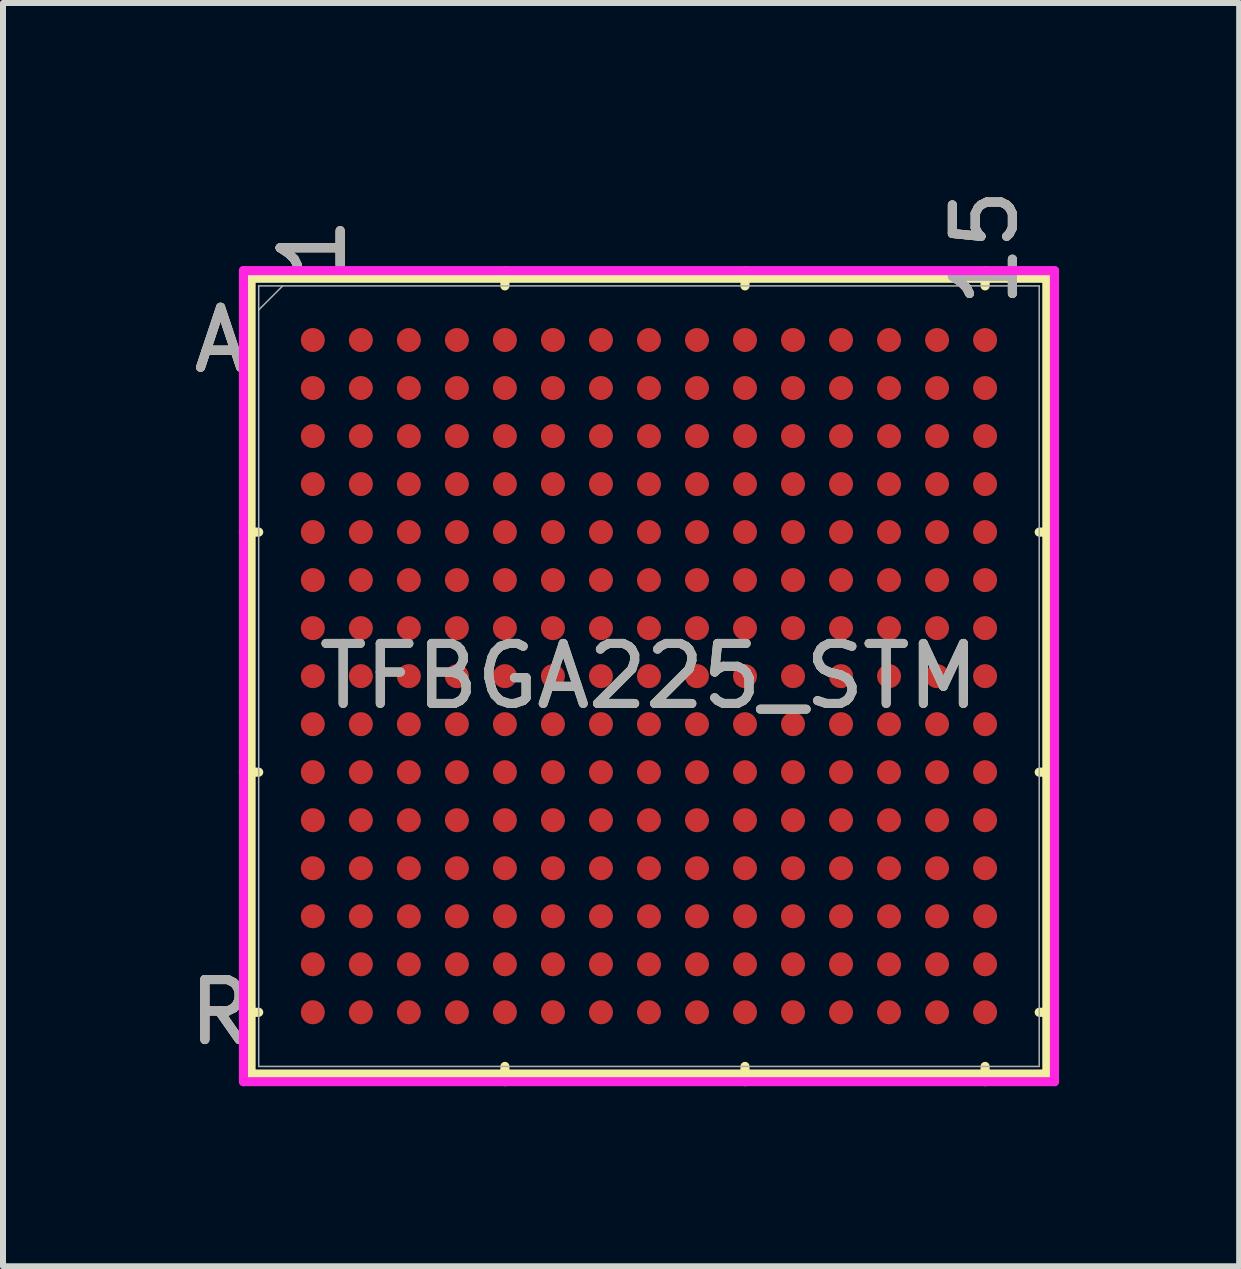
<source format=kicad_pcb>
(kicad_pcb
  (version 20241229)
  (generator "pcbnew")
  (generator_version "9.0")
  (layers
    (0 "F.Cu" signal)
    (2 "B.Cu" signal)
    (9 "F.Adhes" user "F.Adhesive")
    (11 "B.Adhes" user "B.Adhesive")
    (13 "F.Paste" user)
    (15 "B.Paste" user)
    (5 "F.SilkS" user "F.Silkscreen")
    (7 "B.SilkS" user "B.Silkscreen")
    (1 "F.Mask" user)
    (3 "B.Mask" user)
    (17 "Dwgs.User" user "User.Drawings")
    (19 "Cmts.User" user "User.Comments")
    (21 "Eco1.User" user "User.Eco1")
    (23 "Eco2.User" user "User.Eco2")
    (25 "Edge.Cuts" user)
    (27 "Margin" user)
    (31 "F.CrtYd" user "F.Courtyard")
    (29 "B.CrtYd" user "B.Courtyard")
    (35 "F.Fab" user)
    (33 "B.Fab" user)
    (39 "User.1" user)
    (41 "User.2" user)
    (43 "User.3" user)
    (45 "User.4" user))
  (footprint "TFBGA225_STM"
    (layer "F.Cu")
    (at 7.762 8.215)
    (property "Reference" "TFBGA225_STM" (at 0 0 0) (unlocked yes) (layer "F.SilkS") (effects (font (size 1 1) (thickness 0.15))))
    (attr smd)
    (fp_line (start -6.629 -6.629) (end -6.629 6.629) (stroke (width 0.152) (type solid)) (layer "F.SilkS"))
    (fp_line (start -6.629 6.629) (end 6.629 6.629) (stroke (width 0.152) (type solid)) (layer "F.SilkS"))
    (fp_line (start -6.502 -2.4) (end -6.756 -2.4) (stroke (width 0.152) (type solid)) (layer "F.SilkS"))
    (fp_line (start -6.502 1.6) (end -6.756 1.6) (stroke (width 0.152) (type solid)) (layer "F.SilkS"))
    (fp_line (start -6.502 5.6) (end -6.756 5.6) (stroke (width 0.152) (type solid)) (layer "F.SilkS"))
    (fp_line (start -2.4 -6.502) (end -2.4 -6.756) (stroke (width 0.152) (type solid)) (layer "F.SilkS"))
    (fp_line (start -2.4 6.502) (end -2.4 6.756) (stroke (width 0.152) (type solid)) (layer "F.SilkS"))
    (fp_line (start 1.6 -6.502) (end 1.6 -6.756) (stroke (width 0.152) (type solid)) (layer "F.SilkS"))
    (fp_line (start 1.6 6.502) (end 1.6 6.756) (stroke (width 0.152) (type solid)) (layer "F.SilkS"))
    (fp_line (start 5.6 -6.502) (end 5.6 -6.756) (stroke (width 0.152) (type solid)) (layer "F.SilkS"))
    (fp_line (start 5.6 6.502) (end 5.6 6.756) (stroke (width 0.152) (type solid)) (layer "F.SilkS"))
    (fp_line (start 6.502 -2.4) (end 6.756 -2.4) (stroke (width 0.152) (type solid)) (layer "F.SilkS"))
    (fp_line (start 6.502 1.6) (end 6.756 1.6) (stroke (width 0.152) (type solid)) (layer "F.SilkS"))
    (fp_line (start 6.502 5.6) (end 6.756 5.6) (stroke (width 0.152) (type solid)) (layer "F.SilkS"))
    (fp_line (start 6.629 -6.629) (end -6.629 -6.629) (stroke (width 0.152) (type solid)) (layer "F.SilkS"))
    (fp_line (start 6.629 6.629) (end 6.629 -6.629) (stroke (width 0.152) (type solid)) (layer "F.SilkS"))
    (fp_poly (pts (xy -6.444 -6.444) (xy 6.444 -6.444) (xy 6.444 6.444) (xy -6.444 6.444)) (stroke (width 0.1) (type solid)) (fill no) (layer "Eco2.User"))
    (fp_line (start -6.756 -6.756) (end 6.756 -6.756) (stroke (width 0.152) (type solid)) (layer "F.CrtYd"))
    (fp_line (start -6.756 6.756) (end -6.756 -6.756) (stroke (width 0.152) (type solid)) (layer "F.CrtYd"))
    (fp_line (start 6.756 -6.756) (end 6.756 6.756) (stroke (width 0.152) (type solid)) (layer "F.CrtYd"))
    (fp_line (start 6.756 6.756) (end -6.756 6.756) (stroke (width 0.152) (type solid)) (layer "F.CrtYd"))
    (fp_line (start -6.502 -6.502) (end -6.502 6.502) (stroke (width 0.025) (type solid)) (layer "F.Fab"))
    (fp_line (start -6.502 6.502) (end 6.502 6.502) (stroke (width 0.025) (type solid)) (layer "F.Fab"))
    (fp_line (start -6.102 -6.502) (end -6.502 -6.102) (stroke (width 0.025) (type solid)) (layer "F.Fab"))
    (fp_line (start 6.502 -6.502) (end -6.502 -6.502) (stroke (width 0.025) (type solid)) (layer "F.Fab"))
    (fp_line (start 6.502 6.502) (end 6.502 -6.502) (stroke (width 0.025) (type solid)) (layer "F.Fab"))
    (fp_text user "A" (at -7.137 -5.6 0) (unlocked yes) (layer "F.SilkS") (effects (font (size 1 1) (thickness 0.15))))
    (fp_text user "15" (at 5.6 -7.137 90) (unlocked yes) (layer "F.SilkS") (effects (font (size 1 1) (thickness 0.15))))
    (fp_text user "R" (at -7.137 5.6 0) (unlocked yes) (layer "F.SilkS") (effects (font (size 1 1) (thickness 0.15))))
    (fp_text user "1" (at -5.6 -7.137 90) (unlocked yes) (layer "F.SilkS") (effects (font (size 1 1) (thickness 0.15))))
    (fp_text user "R" (at -7.137 5.6 0) (unlocked yes) (layer "B.SilkS") (effects (font (size 1 1) (thickness 0.15))))
    (fp_text user "A" (at -7.137 -5.6 0) (unlocked yes) (layer "B.SilkS") (effects (font (size 1 1) (thickness 0.15))))
    (fp_text user "15" (at 5.6 -7.137 90) (unlocked yes) (layer "B.SilkS") (effects (font (size 1 1) (thickness 0.15))))
    (fp_text user "1" (at -5.6 -7.137 90) (unlocked yes) (layer "B.SilkS") (effects (font (size 1 1) (thickness 0.15))))
    (fp_text user "15" (at 5.6 -7.137 90) (unlocked yes) (layer "F.Fab") (effects (font (size 1 1) (thickness 0.15))))
    (fp_text user "A" (at -7.137 -5.6 0) (unlocked yes) (layer "F.Fab") (effects (font (size 1 1) (thickness 0.15))))
    (fp_text user "1" (at -5.6 -7.137 90) (unlocked yes) (layer "F.Fab") (effects (font (size 1 1) (thickness 0.15))))
    (fp_text user "R" (at -7.137 5.6 0) (unlocked yes) (layer "F.Fab") (effects (font (size 1 1) (thickness 0.15))))
    (fp_text user "${REFERENCE}" (at 0 0 0) (unlocked yes) (layer "F.Fab") (effects (font (size 1 1) (thickness 0.15))))
    (pad "A1" smd circle (at -5.6 -5.6) (size 0.4 0.4) (property pad_prop_bga) (layers "F.Cu" "F.Mask" "F.Paste"))
    (pad "A2" smd circle (at -4.8 -5.6) (size 0.4 0.4) (layers "F.Cu" "F.Mask" "F.Paste"))
    (pad "A3" smd circle (at -4 -5.6) (size 0.4 0.4) (layers "F.Cu" "F.Mask" "F.Paste"))
    (pad "A4" smd circle (at -3.2 -5.6) (size 0.4 0.4) (layers "F.Cu" "F.Mask" "F.Paste"))
    (pad "A5" smd circle (at -2.4 -5.6) (size 0.4 0.4) (layers "F.Cu" "F.Mask" "F.Paste"))
    (pad "A6" smd circle (at -1.6 -5.6) (size 0.4 0.4) (layers "F.Cu" "F.Mask" "F.Paste"))
    (pad "A7" smd circle (at -0.8 -5.6) (size 0.4 0.4) (layers "F.Cu" "F.Mask" "F.Paste"))
    (pad "A8" smd circle (at 0 -5.6) (size 0.4 0.4) (layers "F.Cu" "F.Mask" "F.Paste"))
    (pad "A9" smd circle (at 0.8 -5.6) (size 0.4 0.4) (layers "F.Cu" "F.Mask" "F.Paste"))
    (pad "A10" smd circle (at 1.6 -5.6) (size 0.4 0.4) (layers "F.Cu" "F.Mask" "F.Paste"))
    (pad "A11" smd circle (at 2.4 -5.6) (size 0.4 0.4) (layers "F.Cu" "F.Mask" "F.Paste"))
    (pad "A12" smd circle (at 3.2 -5.6) (size 0.4 0.4) (layers "F.Cu" "F.Mask" "F.Paste"))
    (pad "A13" smd circle (at 4 -5.6) (size 0.4 0.4) (layers "F.Cu" "F.Mask" "F.Paste"))
    (pad "A14" smd circle (at 4.8 -5.6) (size 0.4 0.4) (layers "F.Cu" "F.Mask" "F.Paste"))
    (pad "A15" smd circle (at 5.6 -5.6) (size 0.4 0.4) (layers "F.Cu" "F.Mask" "F.Paste"))
    (pad "B1" smd circle (at -5.6 -4.8) (size 0.4 0.4) (layers "F.Cu" "F.Mask" "F.Paste"))
    (pad "B2" smd circle (at -4.8 -4.8) (size 0.4 0.4) (layers "F.Cu" "F.Mask" "F.Paste"))
    (pad "B3" smd circle (at -4 -4.8) (size 0.4 0.4) (layers "F.Cu" "F.Mask" "F.Paste"))
    (pad "B4" smd circle (at -3.2 -4.8) (size 0.4 0.4) (layers "F.Cu" "F.Mask" "F.Paste"))
    (pad "B5" smd circle (at -2.4 -4.8) (size 0.4 0.4) (layers "F.Cu" "F.Mask" "F.Paste"))
    (pad "B6" smd circle (at -1.6 -4.8) (size 0.4 0.4) (layers "F.Cu" "F.Mask" "F.Paste"))
    (pad "B7" smd circle (at -0.8 -4.8) (size 0.4 0.4) (layers "F.Cu" "F.Mask" "F.Paste"))
    (pad "B8" smd circle (at 0 -4.8) (size 0.4 0.4) (layers "F.Cu" "F.Mask" "F.Paste"))
    (pad "B9" smd circle (at 0.8 -4.8) (size 0.4 0.4) (layers "F.Cu" "F.Mask" "F.Paste"))
    (pad "B10" smd circle (at 1.6 -4.8) (size 0.4 0.4) (layers "F.Cu" "F.Mask" "F.Paste"))
    (pad "B11" smd circle (at 2.4 -4.8) (size 0.4 0.4) (layers "F.Cu" "F.Mask" "F.Paste"))
    (pad "B12" smd circle (at 3.2 -4.8) (size 0.4 0.4) (layers "F.Cu" "F.Mask" "F.Paste"))
    (pad "B13" smd circle (at 4 -4.8) (size 0.4 0.4) (layers "F.Cu" "F.Mask" "F.Paste"))
    (pad "B14" smd circle (at 4.8 -4.8) (size 0.4 0.4) (layers "F.Cu" "F.Mask" "F.Paste"))
    (pad "B15" smd circle (at 5.6 -4.8) (size 0.4 0.4) (layers "F.Cu" "F.Mask" "F.Paste"))
    (pad "C1" smd circle (at -5.6 -4) (size 0.4 0.4) (layers "F.Cu" "F.Mask" "F.Paste"))
    (pad "C2" smd circle (at -4.8 -4) (size 0.4 0.4) (layers "F.Cu" "F.Mask" "F.Paste"))
    (pad "C3" smd circle (at -4 -4) (size 0.4 0.4) (layers "F.Cu" "F.Mask" "F.Paste"))
    (pad "C4" smd circle (at -3.2 -4) (size 0.4 0.4) (layers "F.Cu" "F.Mask" "F.Paste"))
    (pad "C5" smd circle (at -2.4 -4) (size 0.4 0.4) (layers "F.Cu" "F.Mask" "F.Paste"))
    (pad "C6" smd circle (at -1.6 -4) (size 0.4 0.4) (layers "F.Cu" "F.Mask" "F.Paste"))
    (pad "C7" smd circle (at -0.8 -4) (size 0.4 0.4) (layers "F.Cu" "F.Mask" "F.Paste"))
    (pad "C8" smd circle (at 0 -4) (size 0.4 0.4) (layers "F.Cu" "F.Mask" "F.Paste"))
    (pad "C9" smd circle (at 0.8 -4) (size 0.4 0.4) (layers "F.Cu" "F.Mask" "F.Paste"))
    (pad "C10" smd circle (at 1.6 -4) (size 0.4 0.4) (layers "F.Cu" "F.Mask" "F.Paste"))
    (pad "C11" smd circle (at 2.4 -4) (size 0.4 0.4) (layers "F.Cu" "F.Mask" "F.Paste"))
    (pad "C12" smd circle (at 3.2 -4) (size 0.4 0.4) (layers "F.Cu" "F.Mask" "F.Paste"))
    (pad "C13" smd circle (at 4 -4) (size 0.4 0.4) (layers "F.Cu" "F.Mask" "F.Paste"))
    (pad "C14" smd circle (at 4.8 -4) (size 0.4 0.4) (layers "F.Cu" "F.Mask" "F.Paste"))
    (pad "C15" smd circle (at 5.6 -4) (size 0.4 0.4) (layers "F.Cu" "F.Mask" "F.Paste"))
    (pad "D1" smd circle (at -5.6 -3.2) (size 0.4 0.4) (layers "F.Cu" "F.Mask" "F.Paste"))
    (pad "D2" smd circle (at -4.8 -3.2) (size 0.4 0.4) (layers "F.Cu" "F.Mask" "F.Paste"))
    (pad "D3" smd circle (at -4 -3.2) (size 0.4 0.4) (layers "F.Cu" "F.Mask" "F.Paste"))
    (pad "D4" smd circle (at -3.2 -3.2) (size 0.4 0.4) (layers "F.Cu" "F.Mask" "F.Paste"))
    (pad "D5" smd circle (at -2.4 -3.2) (size 0.4 0.4) (layers "F.Cu" "F.Mask" "F.Paste"))
    (pad "D6" smd circle (at -1.6 -3.2) (size 0.4 0.4) (layers "F.Cu" "F.Mask" "F.Paste"))
    (pad "D7" smd circle (at -0.8 -3.2) (size 0.4 0.4) (layers "F.Cu" "F.Mask" "F.Paste"))
    (pad "D8" smd circle (at 0 -3.2) (size 0.4 0.4) (layers "F.Cu" "F.Mask" "F.Paste"))
    (pad "D9" smd circle (at 0.8 -3.2) (size 0.4 0.4) (layers "F.Cu" "F.Mask" "F.Paste"))
    (pad "D10" smd circle (at 1.6 -3.2) (size 0.4 0.4) (layers "F.Cu" "F.Mask" "F.Paste"))
    (pad "D11" smd circle (at 2.4 -3.2) (size 0.4 0.4) (layers "F.Cu" "F.Mask" "F.Paste"))
    (pad "D12" smd circle (at 3.2 -3.2) (size 0.4 0.4) (layers "F.Cu" "F.Mask" "F.Paste"))
    (pad "D13" smd circle (at 4 -3.2) (size 0.4 0.4) (layers "F.Cu" "F.Mask" "F.Paste"))
    (pad "D14" smd circle (at 4.8 -3.2) (size 0.4 0.4) (layers "F.Cu" "F.Mask" "F.Paste"))
    (pad "D15" smd circle (at 5.6 -3.2) (size 0.4 0.4) (layers "F.Cu" "F.Mask" "F.Paste"))
    (pad "E1" smd circle (at -5.6 -2.4) (size 0.4 0.4) (layers "F.Cu" "F.Mask" "F.Paste"))
    (pad "E2" smd circle (at -4.8 -2.4) (size 0.4 0.4) (layers "F.Cu" "F.Mask" "F.Paste"))
    (pad "E3" smd circle (at -4 -2.4) (size 0.4 0.4) (layers "F.Cu" "F.Mask" "F.Paste"))
    (pad "E4" smd circle (at -3.2 -2.4) (size 0.4 0.4) (layers "F.Cu" "F.Mask" "F.Paste"))
    (pad "E5" smd circle (at -2.4 -2.4) (size 0.4 0.4) (layers "F.Cu" "F.Mask" "F.Paste"))
    (pad "E6" smd circle (at -1.6 -2.4) (size 0.4 0.4) (layers "F.Cu" "F.Mask" "F.Paste"))
    (pad "E7" smd circle (at -0.8 -2.4) (size 0.4 0.4) (layers "F.Cu" "F.Mask" "F.Paste"))
    (pad "E8" smd circle (at 0 -2.4) (size 0.4 0.4) (layers "F.Cu" "F.Mask" "F.Paste"))
    (pad "E9" smd circle (at 0.8 -2.4) (size 0.4 0.4) (layers "F.Cu" "F.Mask" "F.Paste"))
    (pad "E10" smd circle (at 1.6 -2.4) (size 0.4 0.4) (layers "F.Cu" "F.Mask" "F.Paste"))
    (pad "E11" smd circle (at 2.4 -2.4) (size 0.4 0.4) (layers "F.Cu" "F.Mask" "F.Paste"))
    (pad "E12" smd circle (at 3.2 -2.4) (size 0.4 0.4) (layers "F.Cu" "F.Mask" "F.Paste"))
    (pad "E13" smd circle (at 4 -2.4) (size 0.4 0.4) (layers "F.Cu" "F.Mask" "F.Paste"))
    (pad "E14" smd circle (at 4.8 -2.4) (size 0.4 0.4) (layers "F.Cu" "F.Mask" "F.Paste"))
    (pad "E15" smd circle (at 5.6 -2.4) (size 0.4 0.4) (layers "F.Cu" "F.Mask" "F.Paste"))
    (pad "F1" smd circle (at -5.6 -1.6) (size 0.4 0.4) (layers "F.Cu" "F.Mask" "F.Paste"))
    (pad "F2" smd circle (at -4.8 -1.6) (size 0.4 0.4) (layers "F.Cu" "F.Mask" "F.Paste"))
    (pad "F3" smd circle (at -4 -1.6) (size 0.4 0.4) (layers "F.Cu" "F.Mask" "F.Paste"))
    (pad "F4" smd circle (at -3.2 -1.6) (size 0.4 0.4) (layers "F.Cu" "F.Mask" "F.Paste"))
    (pad "F5" smd circle (at -2.4 -1.6) (size 0.4 0.4) (layers "F.Cu" "F.Mask" "F.Paste"))
    (pad "F6" smd circle (at -1.6 -1.6) (size 0.4 0.4) (layers "F.Cu" "F.Mask" "F.Paste"))
    (pad "F7" smd circle (at -0.8 -1.6) (size 0.4 0.4) (layers "F.Cu" "F.Mask" "F.Paste"))
    (pad "F8" smd circle (at 0 -1.6) (size 0.4 0.4) (layers "F.Cu" "F.Mask" "F.Paste"))
    (pad "F9" smd circle (at 0.8 -1.6) (size 0.4 0.4) (layers "F.Cu" "F.Mask" "F.Paste"))
    (pad "F10" smd circle (at 1.6 -1.6) (size 0.4 0.4) (layers "F.Cu" "F.Mask" "F.Paste"))
    (pad "F11" smd circle (at 2.4 -1.6) (size 0.4 0.4) (layers "F.Cu" "F.Mask" "F.Paste"))
    (pad "F12" smd circle (at 3.2 -1.6) (size 0.4 0.4) (layers "F.Cu" "F.Mask" "F.Paste"))
    (pad "F13" smd circle (at 4 -1.6) (size 0.4 0.4) (layers "F.Cu" "F.Mask" "F.Paste"))
    (pad "F14" smd circle (at 4.8 -1.6) (size 0.4 0.4) (layers "F.Cu" "F.Mask" "F.Paste"))
    (pad "F15" smd circle (at 5.6 -1.6) (size 0.4 0.4) (layers "F.Cu" "F.Mask" "F.Paste"))
    (pad "G1" smd circle (at -5.6 -0.8) (size 0.4 0.4) (layers "F.Cu" "F.Mask" "F.Paste"))
    (pad "G2" smd circle (at -4.8 -0.8) (size 0.4 0.4) (layers "F.Cu" "F.Mask" "F.Paste"))
    (pad "G3" smd circle (at -4 -0.8) (size 0.4 0.4) (layers "F.Cu" "F.Mask" "F.Paste"))
    (pad "G4" smd circle (at -3.2 -0.8) (size 0.4 0.4) (layers "F.Cu" "F.Mask" "F.Paste"))
    (pad "G5" smd circle (at -2.4 -0.8) (size 0.4 0.4) (layers "F.Cu" "F.Mask" "F.Paste"))
    (pad "G6" smd circle (at -1.6 -0.8) (size 0.4 0.4) (layers "F.Cu" "F.Mask" "F.Paste"))
    (pad "G7" smd circle (at -0.8 -0.8) (size 0.4 0.4) (layers "F.Cu" "F.Mask" "F.Paste"))
    (pad "G8" smd circle (at 0 -0.8) (size 0.4 0.4) (layers "F.Cu" "F.Mask" "F.Paste"))
    (pad "G9" smd circle (at 0.8 -0.8) (size 0.4 0.4) (layers "F.Cu" "F.Mask" "F.Paste"))
    (pad "G10" smd circle (at 1.6 -0.8) (size 0.4 0.4) (layers "F.Cu" "F.Mask" "F.Paste"))
    (pad "G11" smd circle (at 2.4 -0.8) (size 0.4 0.4) (layers "F.Cu" "F.Mask" "F.Paste"))
    (pad "G12" smd circle (at 3.2 -0.8) (size 0.4 0.4) (layers "F.Cu" "F.Mask" "F.Paste"))
    (pad "G13" smd circle (at 4 -0.8) (size 0.4 0.4) (layers "F.Cu" "F.Mask" "F.Paste"))
    (pad "G14" smd circle (at 4.8 -0.8) (size 0.4 0.4) (layers "F.Cu" "F.Mask" "F.Paste"))
    (pad "G15" smd circle (at 5.6 -0.8) (size 0.4 0.4) (layers "F.Cu" "F.Mask" "F.Paste"))
    (pad "H1" smd circle (at -5.6 0) (size 0.4 0.4) (layers "F.Cu" "F.Mask" "F.Paste"))
    (pad "H2" smd circle (at -4.8 0) (size 0.4 0.4) (layers "F.Cu" "F.Mask" "F.Paste"))
    (pad "H3" smd circle (at -4 0) (size 0.4 0.4) (layers "F.Cu" "F.Mask" "F.Paste"))
    (pad "H4" smd circle (at -3.2 0) (size 0.4 0.4) (layers "F.Cu" "F.Mask" "F.Paste"))
    (pad "H5" smd circle (at -2.4 0) (size 0.4 0.4) (layers "F.Cu" "F.Mask" "F.Paste"))
    (pad "H6" smd circle (at -1.6 0) (size 0.4 0.4) (layers "F.Cu" "F.Mask" "F.Paste"))
    (pad "H7" smd circle (at -0.8 0) (size 0.4 0.4) (layers "F.Cu" "F.Mask" "F.Paste"))
    (pad "H8" smd circle (at 0 0) (size 0.4 0.4) (layers "F.Cu" "F.Mask" "F.Paste"))
    (pad "H9" smd circle (at 0.8 0) (size 0.4 0.4) (layers "F.Cu" "F.Mask" "F.Paste"))
    (pad "H10" smd circle (at 1.6 0) (size 0.4 0.4) (layers "F.Cu" "F.Mask" "F.Paste"))
    (pad "H11" smd circle (at 2.4 0) (size 0.4 0.4) (layers "F.Cu" "F.Mask" "F.Paste"))
    (pad "H12" smd circle (at 3.2 0) (size 0.4 0.4) (layers "F.Cu" "F.Mask" "F.Paste"))
    (pad "H13" smd circle (at 4 0) (size 0.4 0.4) (layers "F.Cu" "F.Mask" "F.Paste"))
    (pad "H14" smd circle (at 4.8 0) (size 0.4 0.4) (layers "F.Cu" "F.Mask" "F.Paste"))
    (pad "H15" smd circle (at 5.6 0) (size 0.4 0.4) (layers "F.Cu" "F.Mask" "F.Paste"))
    (pad "J1" smd circle (at -5.6 0.8) (size 0.4 0.4) (layers "F.Cu" "F.Mask" "F.Paste"))
    (pad "J2" smd circle (at -4.8 0.8) (size 0.4 0.4) (layers "F.Cu" "F.Mask" "F.Paste"))
    (pad "J3" smd circle (at -4 0.8) (size 0.4 0.4) (layers "F.Cu" "F.Mask" "F.Paste"))
    (pad "J4" smd circle (at -3.2 0.8) (size 0.4 0.4) (layers "F.Cu" "F.Mask" "F.Paste"))
    (pad "J5" smd circle (at -2.4 0.8) (size 0.4 0.4) (layers "F.Cu" "F.Mask" "F.Paste"))
    (pad "J6" smd circle (at -1.6 0.8) (size 0.4 0.4) (layers "F.Cu" "F.Mask" "F.Paste"))
    (pad "J7" smd circle (at -0.8 0.8) (size 0.4 0.4) (layers "F.Cu" "F.Mask" "F.Paste"))
    (pad "J8" smd circle (at 0 0.8) (size 0.4 0.4) (layers "F.Cu" "F.Mask" "F.Paste"))
    (pad "J9" smd circle (at 0.8 0.8) (size 0.4 0.4) (layers "F.Cu" "F.Mask" "F.Paste"))
    (pad "J10" smd circle (at 1.6 0.8) (size 0.4 0.4) (layers "F.Cu" "F.Mask" "F.Paste"))
    (pad "J11" smd circle (at 2.4 0.8) (size 0.4 0.4) (layers "F.Cu" "F.Mask" "F.Paste"))
    (pad "J12" smd circle (at 3.2 0.8) (size 0.4 0.4) (layers "F.Cu" "F.Mask" "F.Paste"))
    (pad "J13" smd circle (at 4 0.8) (size 0.4 0.4) (layers "F.Cu" "F.Mask" "F.Paste"))
    (pad "J14" smd circle (at 4.8 0.8) (size 0.4 0.4) (layers "F.Cu" "F.Mask" "F.Paste"))
    (pad "J15" smd circle (at 5.6 0.8) (size 0.4 0.4) (layers "F.Cu" "F.Mask" "F.Paste"))
    (pad "K1" smd circle (at -5.6 1.6) (size 0.4 0.4) (layers "F.Cu" "F.Mask" "F.Paste"))
    (pad "K2" smd circle (at -4.8 1.6) (size 0.4 0.4) (layers "F.Cu" "F.Mask" "F.Paste"))
    (pad "K3" smd circle (at -4 1.6) (size 0.4 0.4) (layers "F.Cu" "F.Mask" "F.Paste"))
    (pad "K4" smd circle (at -3.2 1.6) (size 0.4 0.4) (layers "F.Cu" "F.Mask" "F.Paste"))
    (pad "K5" smd circle (at -2.4 1.6) (size 0.4 0.4) (layers "F.Cu" "F.Mask" "F.Paste"))
    (pad "K6" smd circle (at -1.6 1.6) (size 0.4 0.4) (layers "F.Cu" "F.Mask" "F.Paste"))
    (pad "K7" smd circle (at -0.8 1.6) (size 0.4 0.4) (layers "F.Cu" "F.Mask" "F.Paste"))
    (pad "K8" smd circle (at 0 1.6) (size 0.4 0.4) (layers "F.Cu" "F.Mask" "F.Paste"))
    (pad "K9" smd circle (at 0.8 1.6) (size 0.4 0.4) (layers "F.Cu" "F.Mask" "F.Paste"))
    (pad "K10" smd circle (at 1.6 1.6) (size 0.4 0.4) (layers "F.Cu" "F.Mask" "F.Paste"))
    (pad "K11" smd circle (at 2.4 1.6) (size 0.4 0.4) (layers "F.Cu" "F.Mask" "F.Paste"))
    (pad "K12" smd circle (at 3.2 1.6) (size 0.4 0.4) (layers "F.Cu" "F.Mask" "F.Paste"))
    (pad "K13" smd circle (at 4 1.6) (size 0.4 0.4) (layers "F.Cu" "F.Mask" "F.Paste"))
    (pad "K14" smd circle (at 4.8 1.6) (size 0.4 0.4) (layers "F.Cu" "F.Mask" "F.Paste"))
    (pad "K15" smd circle (at 5.6 1.6) (size 0.4 0.4) (layers "F.Cu" "F.Mask" "F.Paste"))
    (pad "L1" smd circle (at -5.6 2.4) (size 0.4 0.4) (layers "F.Cu" "F.Mask" "F.Paste"))
    (pad "L2" smd circle (at -4.8 2.4) (size 0.4 0.4) (layers "F.Cu" "F.Mask" "F.Paste"))
    (pad "L3" smd circle (at -4 2.4) (size 0.4 0.4) (layers "F.Cu" "F.Mask" "F.Paste"))
    (pad "L4" smd circle (at -3.2 2.4) (size 0.4 0.4) (layers "F.Cu" "F.Mask" "F.Paste"))
    (pad "L5" smd circle (at -2.4 2.4) (size 0.4 0.4) (layers "F.Cu" "F.Mask" "F.Paste"))
    (pad "L6" smd circle (at -1.6 2.4) (size 0.4 0.4) (layers "F.Cu" "F.Mask" "F.Paste"))
    (pad "L7" smd circle (at -0.8 2.4) (size 0.4 0.4) (layers "F.Cu" "F.Mask" "F.Paste"))
    (pad "L8" smd circle (at 0 2.4) (size 0.4 0.4) (layers "F.Cu" "F.Mask" "F.Paste"))
    (pad "L9" smd circle (at 0.8 2.4) (size 0.4 0.4) (layers "F.Cu" "F.Mask" "F.Paste"))
    (pad "L10" smd circle (at 1.6 2.4) (size 0.4 0.4) (layers "F.Cu" "F.Mask" "F.Paste"))
    (pad "L11" smd circle (at 2.4 2.4) (size 0.4 0.4) (layers "F.Cu" "F.Mask" "F.Paste"))
    (pad "L12" smd circle (at 3.2 2.4) (size 0.4 0.4) (layers "F.Cu" "F.Mask" "F.Paste"))
    (pad "L13" smd circle (at 4 2.4) (size 0.4 0.4) (layers "F.Cu" "F.Mask" "F.Paste"))
    (pad "L14" smd circle (at 4.8 2.4) (size 0.4 0.4) (layers "F.Cu" "F.Mask" "F.Paste"))
    (pad "L15" smd circle (at 5.6 2.4) (size 0.4 0.4) (layers "F.Cu" "F.Mask" "F.Paste"))
    (pad "M1" smd circle (at -5.6 3.2) (size 0.4 0.4) (layers "F.Cu" "F.Mask" "F.Paste"))
    (pad "M2" smd circle (at -4.8 3.2) (size 0.4 0.4) (layers "F.Cu" "F.Mask" "F.Paste"))
    (pad "M3" smd circle (at -4 3.2) (size 0.4 0.4) (layers "F.Cu" "F.Mask" "F.Paste"))
    (pad "M4" smd circle (at -3.2 3.2) (size 0.4 0.4) (layers "F.Cu" "F.Mask" "F.Paste"))
    (pad "M5" smd circle (at -2.4 3.2) (size 0.4 0.4) (layers "F.Cu" "F.Mask" "F.Paste"))
    (pad "M6" smd circle (at -1.6 3.2) (size 0.4 0.4) (layers "F.Cu" "F.Mask" "F.Paste"))
    (pad "M7" smd circle (at -0.8 3.2) (size 0.4 0.4) (layers "F.Cu" "F.Mask" "F.Paste"))
    (pad "M8" smd circle (at 0 3.2) (size 0.4 0.4) (layers "F.Cu" "F.Mask" "F.Paste"))
    (pad "M9" smd circle (at 0.8 3.2) (size 0.4 0.4) (layers "F.Cu" "F.Mask" "F.Paste"))
    (pad "M10" smd circle (at 1.6 3.2) (size 0.4 0.4) (layers "F.Cu" "F.Mask" "F.Paste"))
    (pad "M11" smd circle (at 2.4 3.2) (size 0.4 0.4) (layers "F.Cu" "F.Mask" "F.Paste"))
    (pad "M12" smd circle (at 3.2 3.2) (size 0.4 0.4) (layers "F.Cu" "F.Mask" "F.Paste"))
    (pad "M13" smd circle (at 4 3.2) (size 0.4 0.4) (layers "F.Cu" "F.Mask" "F.Paste"))
    (pad "M14" smd circle (at 4.8 3.2) (size 0.4 0.4) (layers "F.Cu" "F.Mask" "F.Paste"))
    (pad "M15" smd circle (at 5.6 3.2) (size 0.4 0.4) (layers "F.Cu" "F.Mask" "F.Paste"))
    (pad "N1" smd circle (at -5.6 4) (size 0.4 0.4) (layers "F.Cu" "F.Mask" "F.Paste"))
    (pad "N2" smd circle (at -4.8 4) (size 0.4 0.4) (layers "F.Cu" "F.Mask" "F.Paste"))
    (pad "N3" smd circle (at -4 4) (size 0.4 0.4) (layers "F.Cu" "F.Mask" "F.Paste"))
    (pad "N4" smd circle (at -3.2 4) (size 0.4 0.4) (layers "F.Cu" "F.Mask" "F.Paste"))
    (pad "N5" smd circle (at -2.4 4) (size 0.4 0.4) (layers "F.Cu" "F.Mask" "F.Paste"))
    (pad "N6" smd circle (at -1.6 4) (size 0.4 0.4) (layers "F.Cu" "F.Mask" "F.Paste"))
    (pad "N7" smd circle (at -0.8 4) (size 0.4 0.4) (layers "F.Cu" "F.Mask" "F.Paste"))
    (pad "N8" smd circle (at 0 4) (size 0.4 0.4) (layers "F.Cu" "F.Mask" "F.Paste"))
    (pad "N9" smd circle (at 0.8 4) (size 0.4 0.4) (layers "F.Cu" "F.Mask" "F.Paste"))
    (pad "N10" smd circle (at 1.6 4) (size 0.4 0.4) (layers "F.Cu" "F.Mask" "F.Paste"))
    (pad "N11" smd circle (at 2.4 4) (size 0.4 0.4) (layers "F.Cu" "F.Mask" "F.Paste"))
    (pad "N12" smd circle (at 3.2 4) (size 0.4 0.4) (layers "F.Cu" "F.Mask" "F.Paste"))
    (pad "N13" smd circle (at 4 4) (size 0.4 0.4) (layers "F.Cu" "F.Mask" "F.Paste"))
    (pad "N14" smd circle (at 4.8 4) (size 0.4 0.4) (layers "F.Cu" "F.Mask" "F.Paste"))
    (pad "N15" smd circle (at 5.6 4) (size 0.4 0.4) (layers "F.Cu" "F.Mask" "F.Paste"))
    (pad "P1" smd circle (at -5.6 4.8) (size 0.4 0.4) (layers "F.Cu" "F.Mask" "F.Paste"))
    (pad "P2" smd circle (at -4.8 4.8) (size 0.4 0.4) (layers "F.Cu" "F.Mask" "F.Paste"))
    (pad "P3" smd circle (at -4 4.8) (size 0.4 0.4) (layers "F.Cu" "F.Mask" "F.Paste"))
    (pad "P4" smd circle (at -3.2 4.8) (size 0.4 0.4) (layers "F.Cu" "F.Mask" "F.Paste"))
    (pad "P5" smd circle (at -2.4 4.8) (size 0.4 0.4) (layers "F.Cu" "F.Mask" "F.Paste"))
    (pad "P6" smd circle (at -1.6 4.8) (size 0.4 0.4) (layers "F.Cu" "F.Mask" "F.Paste"))
    (pad "P7" smd circle (at -0.8 4.8) (size 0.4 0.4) (layers "F.Cu" "F.Mask" "F.Paste"))
    (pad "P8" smd circle (at 0 4.8) (size 0.4 0.4) (layers "F.Cu" "F.Mask" "F.Paste"))
    (pad "P9" smd circle (at 0.8 4.8) (size 0.4 0.4) (layers "F.Cu" "F.Mask" "F.Paste"))
    (pad "P10" smd circle (at 1.6 4.8) (size 0.4 0.4) (layers "F.Cu" "F.Mask" "F.Paste"))
    (pad "P11" smd circle (at 2.4 4.8) (size 0.4 0.4) (layers "F.Cu" "F.Mask" "F.Paste"))
    (pad "P12" smd circle (at 3.2 4.8) (size 0.4 0.4) (layers "F.Cu" "F.Mask" "F.Paste"))
    (pad "P13" smd circle (at 4 4.8) (size 0.4 0.4) (layers "F.Cu" "F.Mask" "F.Paste"))
    (pad "P14" smd circle (at 4.8 4.8) (size 0.4 0.4) (layers "F.Cu" "F.Mask" "F.Paste"))
    (pad "P15" smd circle (at 5.6 4.8) (size 0.4 0.4) (layers "F.Cu" "F.Mask" "F.Paste"))
    (pad "R1" smd circle (at -5.6 5.6) (size 0.4 0.4) (layers "F.Cu" "F.Mask" "F.Paste"))
    (pad "R2" smd circle (at -4.8 5.6) (size 0.4 0.4) (layers "F.Cu" "F.Mask" "F.Paste"))
    (pad "R3" smd circle (at -4 5.6) (size 0.4 0.4) (layers "F.Cu" "F.Mask" "F.Paste"))
    (pad "R4" smd circle (at -3.2 5.6) (size 0.4 0.4) (layers "F.Cu" "F.Mask" "F.Paste"))
    (pad "R5" smd circle (at -2.4 5.6) (size 0.4 0.4) (layers "F.Cu" "F.Mask" "F.Paste"))
    (pad "R6" smd circle (at -1.6 5.6) (size 0.4 0.4) (layers "F.Cu" "F.Mask" "F.Paste"))
    (pad "R7" smd circle (at -0.8 5.6) (size 0.4 0.4) (layers "F.Cu" "F.Mask" "F.Paste"))
    (pad "R8" smd circle (at 0 5.6) (size 0.4 0.4) (layers "F.Cu" "F.Mask" "F.Paste"))
    (pad "R9" smd circle (at 0.8 5.6) (size 0.4 0.4) (layers "F.Cu" "F.Mask" "F.Paste"))
    (pad "R10" smd circle (at 1.6 5.6) (size 0.4 0.4) (layers "F.Cu" "F.Mask" "F.Paste"))
    (pad "R11" smd circle (at 2.4 5.6) (size 0.4 0.4) (layers "F.Cu" "F.Mask" "F.Paste"))
    (pad "R12" smd circle (at 3.2 5.6) (size 0.4 0.4) (layers "F.Cu" "F.Mask" "F.Paste"))
    (pad "R13" smd circle (at 4 5.6) (size 0.4 0.4) (layers "F.Cu" "F.Mask" "F.Paste"))
    (pad "R14" smd circle (at 4.8 5.6) (size 0.4 0.4) (layers "F.Cu" "F.Mask" "F.Paste"))
    (pad "R15" smd circle (at 5.6 5.6) (size 0.4 0.4) (layers "F.Cu" "F.Mask" "F.Paste")))
  (gr_rect
    (start -3 -3)
    (end 17.595 18.047)
    (stroke (width 0.1) (type default))
    (fill no)
    (layer "Edge.Cuts")))
</source>
